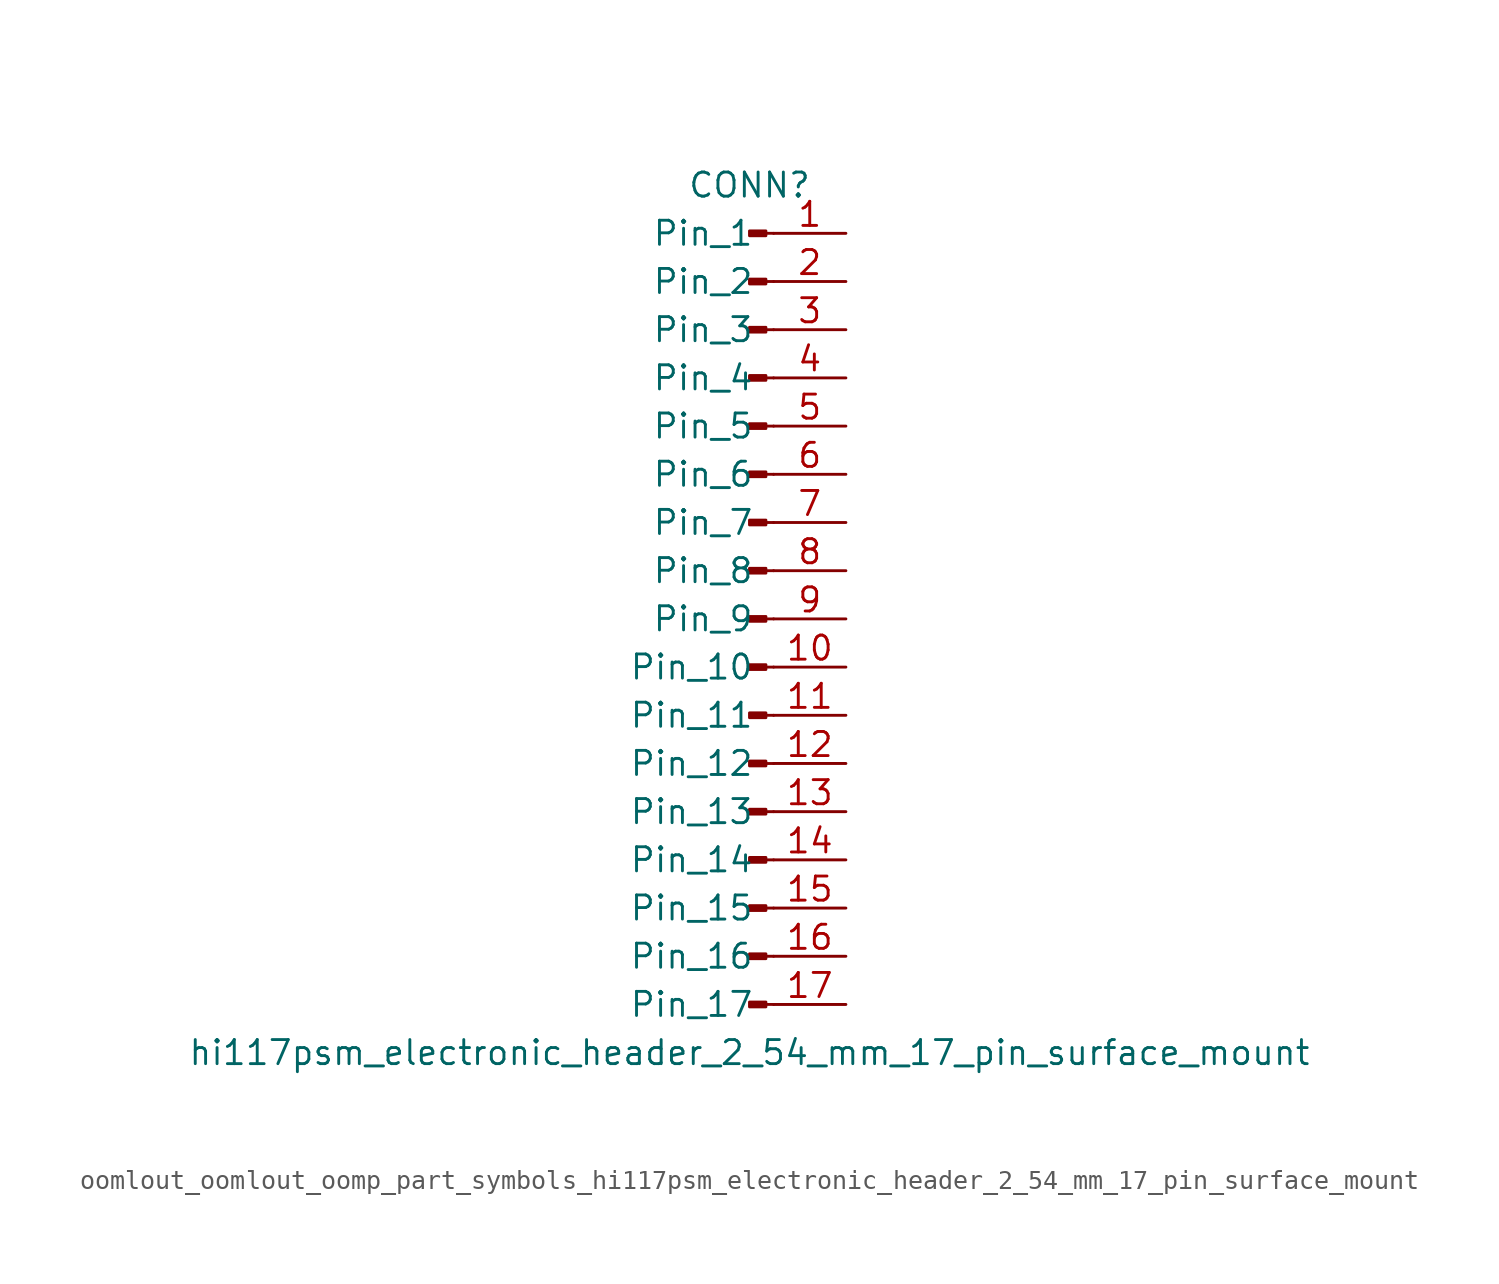
<source format=kicad_sym>
(kicad_symbol_lib
  (version 20220914)
  (generator kicad_symbol_editor)
  (symbol "oomlout_oomlout_oomp_part_symbols_hi117psm_electronic_header_2_54_mm_17_pin_surface_mount"
    (pin_names
      (offset 1.016))
    (property "Reference" "CONN"
      (at 0 22.86 0)
      (effects (font (size 1.27 1.27))))
    (property "Value" "hi117psm_electronic_header_2_54_mm_17_pin_surface_mount"
      (at 0 -22.86 0)
      (effects (font (size 1.27 1.27))))
    (property "ki_locked" ""
      (at 0 0 0)
      (effects (font (size 1.27 1.27))))
    (symbol "oomlout_oomlout_oomp_part_symbols_hi117psm_electronic_header_2_54_mm_17_pin_surface_mount_1_1"
      (polyline (pts (xy 1.27 -20.32) (xy 0.864 -20.32)) (stroke (width 0.152) (type default)) (fill (type none)))
      (polyline (pts (xy 1.27 -17.78) (xy 0.864 -17.78)) (stroke (width 0.152) (type default)) (fill (type none)))
      (polyline (pts (xy 1.27 -15.24) (xy 0.864 -15.24)) (stroke (width 0.152) (type default)) (fill (type none)))
      (polyline (pts (xy 1.27 -12.7) (xy 0.864 -12.7)) (stroke (width 0.152) (type default)) (fill (type none)))
      (polyline (pts (xy 1.27 -10.16) (xy 0.864 -10.16)) (stroke (width 0.152) (type default)) (fill (type none)))
      (polyline (pts (xy 1.27 -7.62) (xy 0.864 -7.62)) (stroke (width 0.152) (type default)) (fill (type none)))
      (polyline (pts (xy 1.27 -5.08) (xy 0.864 -5.08)) (stroke (width 0.152) (type default)) (fill (type none)))
      (polyline (pts (xy 1.27 -2.54) (xy 0.864 -2.54)) (stroke (width 0.152) (type default)) (fill (type none)))
      (polyline (pts (xy 1.27 0) (xy 0.864 0)) (stroke (width 0.152) (type default)) (fill (type none)))
      (polyline (pts (xy 1.27 2.54) (xy 0.864 2.54)) (stroke (width 0.152) (type default)) (fill (type none)))
      (polyline (pts (xy 1.27 5.08) (xy 0.864 5.08)) (stroke (width 0.152) (type default)) (fill (type none)))
      (polyline (pts (xy 1.27 7.62) (xy 0.864 7.62)) (stroke (width 0.152) (type default)) (fill (type none)))
      (polyline (pts (xy 1.27 10.16) (xy 0.864 10.16)) (stroke (width 0.152) (type default)) (fill (type none)))
      (polyline (pts (xy 1.27 12.7) (xy 0.864 12.7)) (stroke (width 0.152) (type default)) (fill (type none)))
      (polyline (pts (xy 1.27 15.24) (xy 0.864 15.24)) (stroke (width 0.152) (type default)) (fill (type none)))
      (polyline (pts (xy 1.27 17.78) (xy 0.864 17.78)) (stroke (width 0.152) (type default)) (fill (type none)))
      (polyline (pts (xy 1.27 20.32) (xy 0.864 20.32)) (stroke (width 0.152) (type default)) (fill (type none)))
      (rectangle (start 0.864 -20.193) (end 0 -20.447) (stroke (width 0.152) (type default)) (fill (type outline)))
      (rectangle (start 0.864 -17.653) (end 0 -17.907) (stroke (width 0.152) (type default)) (fill (type outline)))
      (rectangle (start 0.864 -15.113) (end 0 -15.367) (stroke (width 0.152) (type default)) (fill (type outline)))
      (rectangle (start 0.864 -12.573) (end 0 -12.827) (stroke (width 0.152) (type default)) (fill (type outline)))
      (rectangle (start 0.864 -10.033) (end 0 -10.287) (stroke (width 0.152) (type default)) (fill (type outline)))
      (rectangle (start 0.864 -7.493) (end 0 -7.747) (stroke (width 0.152) (type default)) (fill (type outline)))
      (rectangle (start 0.864 -4.953) (end 0 -5.207) (stroke (width 0.152) (type default)) (fill (type outline)))
      (rectangle (start 0.864 -2.413) (end 0 -2.667) (stroke (width 0.152) (type default)) (fill (type outline)))
      (rectangle (start 0.864 0.127) (end 0 -0.127) (stroke (width 0.152) (type default)) (fill (type outline)))
      (rectangle (start 0.864 2.667) (end 0 2.413) (stroke (width 0.152) (type default)) (fill (type outline)))
      (rectangle (start 0.864 5.207) (end 0 4.953) (stroke (width 0.152) (type default)) (fill (type outline)))
      (rectangle (start 0.864 7.747) (end 0 7.493) (stroke (width 0.152) (type default)) (fill (type outline)))
      (rectangle (start 0.864 10.287) (end 0 10.033) (stroke (width 0.152) (type default)) (fill (type outline)))
      (rectangle (start 0.864 12.827) (end 0 12.573) (stroke (width 0.152) (type default)) (fill (type outline)))
      (rectangle (start 0.864 15.367) (end 0 15.113) (stroke (width 0.152) (type default)) (fill (type outline)))
      (rectangle (start 0.864 17.907) (end 0 17.653) (stroke (width 0.152) (type default)) (fill (type outline)))
      (rectangle (start 0.864 20.447) (end 0 20.193) (stroke (width 0.152) (type default)) (fill (type outline)))
      (pin passive line (at 5.08 20.32 180) (length 3.81) (name "Pin_1" (effects (font (size 1.27 1.27)))) (number "1" (effects (font (size 1.27 1.27)))))
      (pin passive line (at 5.08 -2.54 180) (length 3.81) (name "Pin_10" (effects (font (size 1.27 1.27)))) (number "10" (effects (font (size 1.27 1.27)))))
      (pin passive line (at 5.08 -5.08 180) (length 3.81) (name "Pin_11" (effects (font (size 1.27 1.27)))) (number "11" (effects (font (size 1.27 1.27)))))
      (pin passive line (at 5.08 -7.62 180) (length 3.81) (name "Pin_12" (effects (font (size 1.27 1.27)))) (number "12" (effects (font (size 1.27 1.27)))))
      (pin passive line (at 5.08 -10.16 180) (length 3.81) (name "Pin_13" (effects (font (size 1.27 1.27)))) (number "13" (effects (font (size 1.27 1.27)))))
      (pin passive line (at 5.08 -12.7 180) (length 3.81) (name "Pin_14" (effects (font (size 1.27 1.27)))) (number "14" (effects (font (size 1.27 1.27)))))
      (pin passive line (at 5.08 -15.24 180) (length 3.81) (name "Pin_15" (effects (font (size 1.27 1.27)))) (number "15" (effects (font (size 1.27 1.27)))))
      (pin passive line (at 5.08 -17.78 180) (length 3.81) (name "Pin_16" (effects (font (size 1.27 1.27)))) (number "16" (effects (font (size 1.27 1.27)))))
      (pin passive line (at 5.08 -20.32 180) (length 3.81) (name "Pin_17" (effects (font (size 1.27 1.27)))) (number "17" (effects (font (size 1.27 1.27)))))
      (pin passive line (at 5.08 17.78 180) (length 3.81) (name "Pin_2" (effects (font (size 1.27 1.27)))) (number "2" (effects (font (size 1.27 1.27)))))
      (pin passive line (at 5.08 15.24 180) (length 3.81) (name "Pin_3" (effects (font (size 1.27 1.27)))) (number "3" (effects (font (size 1.27 1.27)))))
      (pin passive line (at 5.08 12.7 180) (length 3.81) (name "Pin_4" (effects (font (size 1.27 1.27)))) (number "4" (effects (font (size 1.27 1.27)))))
      (pin passive line (at 5.08 10.16 180) (length 3.81) (name "Pin_5" (effects (font (size 1.27 1.27)))) (number "5" (effects (font (size 1.27 1.27)))))
      (pin passive line (at 5.08 7.62 180) (length 3.81) (name "Pin_6" (effects (font (size 1.27 1.27)))) (number "6" (effects (font (size 1.27 1.27)))))
      (pin passive line (at 5.08 5.08 180) (length 3.81) (name "Pin_7" (effects (font (size 1.27 1.27)))) (number "7" (effects (font (size 1.27 1.27)))))
      (pin passive line (at 5.08 2.54 180) (length 3.81) (name "Pin_8" (effects (font (size 1.27 1.27)))) (number "8" (effects (font (size 1.27 1.27)))))
      (pin passive line (at 5.08 0 180) (length 3.81) (name "Pin_9" (effects (font (size 1.27 1.27)))) (number "9" (effects (font (size 1.27 1.27))))))))
</source>
